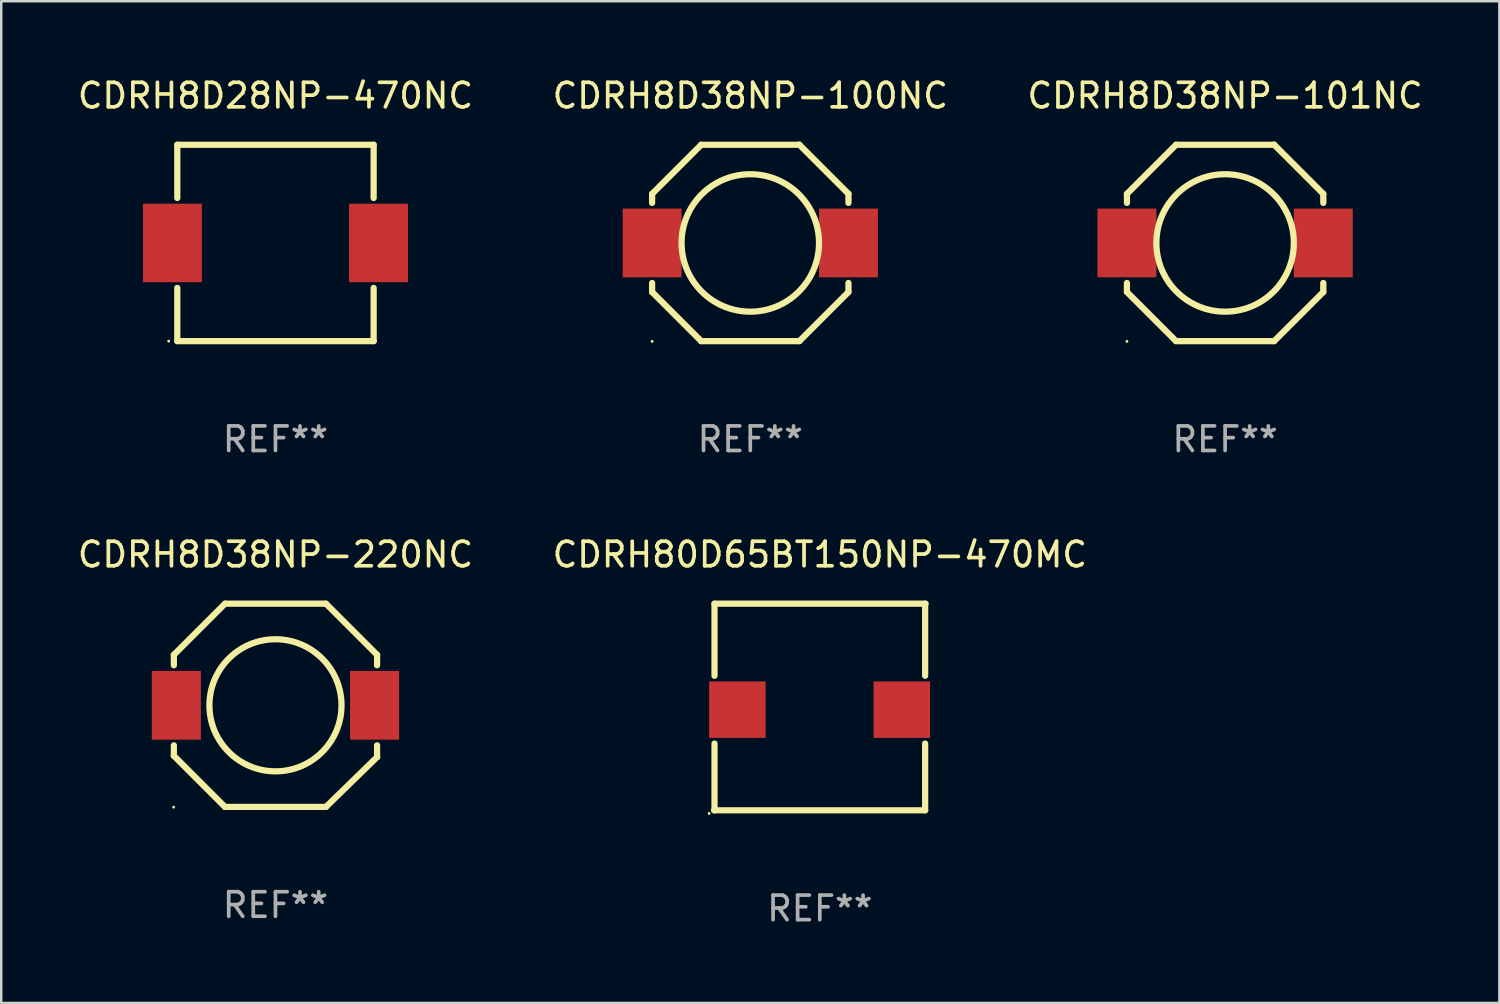
<source format=kicad_pcb>
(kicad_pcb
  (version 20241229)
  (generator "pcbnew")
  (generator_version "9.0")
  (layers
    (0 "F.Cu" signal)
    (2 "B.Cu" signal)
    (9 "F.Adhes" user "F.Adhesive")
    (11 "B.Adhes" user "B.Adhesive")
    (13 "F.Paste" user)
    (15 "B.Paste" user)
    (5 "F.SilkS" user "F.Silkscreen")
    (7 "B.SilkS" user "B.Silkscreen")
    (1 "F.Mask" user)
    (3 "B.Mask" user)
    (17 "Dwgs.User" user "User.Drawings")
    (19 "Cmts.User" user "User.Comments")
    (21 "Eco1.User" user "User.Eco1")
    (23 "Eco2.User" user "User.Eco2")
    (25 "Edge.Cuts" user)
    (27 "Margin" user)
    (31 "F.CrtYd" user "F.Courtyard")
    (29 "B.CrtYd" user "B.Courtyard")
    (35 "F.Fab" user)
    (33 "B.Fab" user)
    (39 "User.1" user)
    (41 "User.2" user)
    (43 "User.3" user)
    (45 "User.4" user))
  (footprint "CDRH80D65BT150NP-470MC"
    (layer "F.Cu")
    (at 30.351 25.754)
    (property "Reference" "CDRH80D65BT150NP-470MC" (at 0 -6.209 0) (layer "F.SilkS") (effects (font (size 1 1) (thickness 0.15))))
    (attr through_hole)
    (fp_line (start -4.291 -4.209) (end -4.291 -1.272) (stroke (width 0.254) (type solid)) (layer "F.SilkS"))
    (fp_line (start -4.291 -4.209) (end 4.309 -4.209) (stroke (width 0.254) (type solid)) (layer "F.SilkS"))
    (fp_line (start -4.291 1.49) (end -4.291 4.209) (stroke (width 0.254) (type solid)) (layer "F.SilkS"))
    (fp_line (start 4.291 -1.272) (end 4.291 -4.209) (stroke (width 0.254) (type solid)) (layer "F.SilkS"))
    (fp_line (start 4.291 4.209) (end -4.309 4.209) (stroke (width 0.254) (type solid)) (layer "F.SilkS"))
    (fp_line (start 4.291 4.209) (end 4.291 1.49) (stroke (width 0.254) (type solid)) (layer "F.SilkS"))
    (fp_circle (center -4.509 4.336) (end -4.479 4.336) (stroke (width 0.06) (type solid)) (fill no) (layer "F.SilkS"))
    (fp_text user "REF**" (at 0 8.209 0) (layer "F.Fab") (effects (font (size 1 1) (thickness 0.15))))
    (pad "1" smd rect (at -3.359 0.109) (size 2.3 2.3) (layers "F.Cu" "F.Mask" "F.Paste"))
    (pad "2" smd rect (at 3.341 0.109) (size 2.3 2.3) (layers "F.Cu" "F.Mask" "F.Paste")))
  (footprint "CDRH8D38NP-100NC"
    (layer "F.Cu")
    (at 27.518 6.848)
    (property "Reference" "CDRH8D38NP-100NC" (at 0 -6 0) (layer "F.SilkS") (effects (font (size 1 1) (thickness 0.15))))
    (attr through_hole)
    (fp_line (start -4 -2) (end -2 -4) (stroke (width 0.254) (type solid)) (layer "F.SilkS"))
    (fp_line (start -4 -1.631) (end -4 -2) (stroke (width 0.254) (type solid)) (layer "F.SilkS"))
    (fp_line (start -4 2) (end -4 1.631) (stroke (width 0.254) (type solid)) (layer "F.SilkS"))
    (fp_line (start -2 -4) (end 2 -4) (stroke (width 0.254) (type solid)) (layer "F.SilkS"))
    (fp_line (start -2 4) (end -4 2) (stroke (width 0.254) (type solid)) (layer "F.SilkS"))
    (fp_line (start 2 -4) (end 2 -4) (stroke (width 0.254) (type solid)) (layer "F.SilkS"))
    (fp_line (start 2 -4) (end 4 -2) (stroke (width 0.254) (type solid)) (layer "F.SilkS"))
    (fp_line (start 2 4) (end -2 4) (stroke (width 0.254) (type solid)) (layer "F.SilkS"))
    (fp_line (start 4 -2) (end 4 -1.631) (stroke (width 0.254) (type solid)) (layer "F.SilkS"))
    (fp_line (start 4 1.631) (end 4 2) (stroke (width 0.254) (type solid)) (layer "F.SilkS"))
    (fp_line (start 4 2) (end 2 4) (stroke (width 0.254) (type solid)) (layer "F.SilkS"))
    (fp_circle (center -4 4.01) (end -3.97 4.01) (stroke (width 0.06) (type solid)) (fill no) (layer "F.SilkS"))
    (fp_circle (center 0.000064 0) (end 2.8 0) (stroke (width 0.254) (type solid)) (fill no) (layer "F.SilkS"))
    (fp_text user "REF**" (at 0 8 0) (layer "F.Fab") (effects (font (size 1 1) (thickness 0.15))))
    (pad "1" smd rect (at -4 0) (size 2.4 2.8) (layers "F.Cu" "F.Mask" "F.Paste"))
    (pad "2" smd rect (at 4 0) (size 2.4 2.8) (layers "F.Cu" "F.Mask" "F.Paste")))
  (footprint "CDRH8D28NP-470NC"
    (layer "F.Cu")
    (at 8.173 6.848)
    (property "Reference" "CDRH8D28NP-470NC" (at 0 -6 0) (layer "F.SilkS") (effects (font (size 1 1) (thickness 0.15))))
    (attr through_hole)
    (fp_line (start -4 -4) (end 4 -4) (stroke (width 0.254) (type solid)) (layer "F.SilkS"))
    (fp_line (start -4 -1.831) (end -4 -4) (stroke (width 0.254) (type solid)) (layer "F.SilkS"))
    (fp_line (start -4 4) (end -4 1.831) (stroke (width 0.254) (type solid)) (layer "F.SilkS"))
    (fp_line (start -4 4) (end 4 4) (stroke (width 0.254) (type solid)) (layer "F.SilkS"))
    (fp_line (start 4 -1.831) (end 4 -4) (stroke (width 0.254) (type solid)) (layer "F.SilkS"))
    (fp_line (start 4 4) (end 4 1.831) (stroke (width 0.254) (type solid)) (layer "F.SilkS"))
    (fp_circle (center -4.35 4) (end -4.32 4) (stroke (width 0.06) (type solid)) (fill no) (layer "F.SilkS"))
    (fp_text user "REF**" (at 0 8 0) (layer "F.Fab") (effects (font (size 1 1) (thickness 0.15))))
    (pad "1" smd rect (at -4.2 0) (size 2.4 3.2) (layers "F.Cu" "F.Mask" "F.Paste"))
    (pad "2" smd rect (at 4.2 0) (size 2.4 3.2) (layers "F.Cu" "F.Mask" "F.Paste")))
  (footprint "CDRH8D38NP-101NC"
    (layer "F.Cu")
    (at 46.863 6.848)
    (property "Reference" "CDRH8D38NP-101NC" (at 0 -6 0) (layer "F.SilkS") (effects (font (size 1 1) (thickness 0.15))))
    (attr through_hole)
    (fp_line (start -4 -2) (end -2 -4) (stroke (width 0.254) (type solid)) (layer "F.SilkS"))
    (fp_line (start -4 -1.631) (end -4 -2) (stroke (width 0.254) (type solid)) (layer "F.SilkS"))
    (fp_line (start -4 2) (end -4 1.631) (stroke (width 0.254) (type solid)) (layer "F.SilkS"))
    (fp_line (start -2 -4) (end 2 -4) (stroke (width 0.254) (type solid)) (layer "F.SilkS"))
    (fp_line (start -2 4) (end -4 2) (stroke (width 0.254) (type solid)) (layer "F.SilkS"))
    (fp_line (start 2 -4) (end 2 -4) (stroke (width 0.254) (type solid)) (layer "F.SilkS"))
    (fp_line (start 2 -4) (end 4 -2) (stroke (width 0.254) (type solid)) (layer "F.SilkS"))
    (fp_line (start 2 4) (end -2 4) (stroke (width 0.254) (type solid)) (layer "F.SilkS"))
    (fp_line (start 4 -2) (end 4 -1.631) (stroke (width 0.254) (type solid)) (layer "F.SilkS"))
    (fp_line (start 4 1.631) (end 4 2) (stroke (width 0.254) (type solid)) (layer "F.SilkS"))
    (fp_line (start 4 2) (end 2 4) (stroke (width 0.254) (type solid)) (layer "F.SilkS"))
    (fp_circle (center -4 4.01) (end -3.97 4.01) (stroke (width 0.06) (type solid)) (fill no) (layer "F.SilkS"))
    (fp_circle (center 0.000064 0) (end 2.8 0) (stroke (width 0.254) (type solid)) (fill no) (layer "F.SilkS"))
    (fp_text user "REF**" (at 0 8 0) (layer "F.Fab") (effects (font (size 1 1) (thickness 0.15))))
    (pad "1" smd rect (at -4 0) (size 2.4 2.8) (layers "F.Cu" "F.Mask" "F.Paste"))
    (pad "2" smd rect (at 4 0) (size 2.4 2.8) (layers "F.Cu" "F.Mask" "F.Paste")))
  (footprint "CDRH8D38NP-220NC"
    (layer "F.Cu")
    (at 8.173 25.685)
    (property "Reference" "CDRH8D38NP-220NC" (at 0 -6.14 0) (layer "F.SilkS") (effects (font (size 1 1) (thickness 0.15))))
    (attr through_hole)
    (fp_line (start -4.14 -2.057) (end -2.057 -4.14) (stroke (width 0.254) (type solid)) (layer "F.SilkS"))
    (fp_line (start -4.14 -1.631) (end -4.14 -2.057) (stroke (width 0.254) (type solid)) (layer "F.SilkS"))
    (fp_line (start -4.14 2.057) (end -4.14 1.631) (stroke (width 0.254) (type solid)) (layer "F.SilkS"))
    (fp_line (start -2.057 -4.14) (end 2.057 -4.14) (stroke (width 0.254) (type solid)) (layer "F.SilkS"))
    (fp_line (start -2.057 4.14) (end -4.14 2.057) (stroke (width 0.254) (type solid)) (layer "F.SilkS"))
    (fp_line (start 2.057 -4.14) (end 4.14 -2.057) (stroke (width 0.254) (type solid)) (layer "F.SilkS"))
    (fp_line (start 2.057 4.14) (end -2.057 4.14) (stroke (width 0.254) (type solid)) (layer "F.SilkS"))
    (fp_line (start 4.14 -2.057) (end 4.14 -1.631) (stroke (width 0.254) (type solid)) (layer "F.SilkS"))
    (fp_line (start 4.14 1.631) (end 4.14 2.108) (stroke (width 0.254) (type solid)) (layer "F.SilkS"))
    (fp_line (start 4.14 2.108) (end 2.057 4.14) (stroke (width 0.254) (type solid)) (layer "F.SilkS"))
    (fp_circle (center -4.15 4.15) (end -4.12 4.15) (stroke (width 0.06) (type solid)) (fill no) (layer "F.SilkS"))
    (fp_circle (center 0 0) (end 2.691 0) (stroke (width 0.254) (type solid)) (fill no) (layer "F.SilkS"))
    (fp_text user "REF**" (at 0 8.14 0) (layer "F.Fab") (effects (font (size 1 1) (thickness 0.15))))
    (pad "1" smd rect (at -4.039 0) (size 1.999 2.799) (layers "F.Cu" "F.Mask" "F.Paste"))
    (pad "2" smd rect (at 4.039 0) (size 1.999 2.799) (layers "F.Cu" "F.Mask" "F.Paste")))
  (gr_rect
    (start -3 -3)
    (end 58.036 37.811)
    (stroke (width 0.1) (type default))
    (fill no)
    (layer "Edge.Cuts")))
</source>
